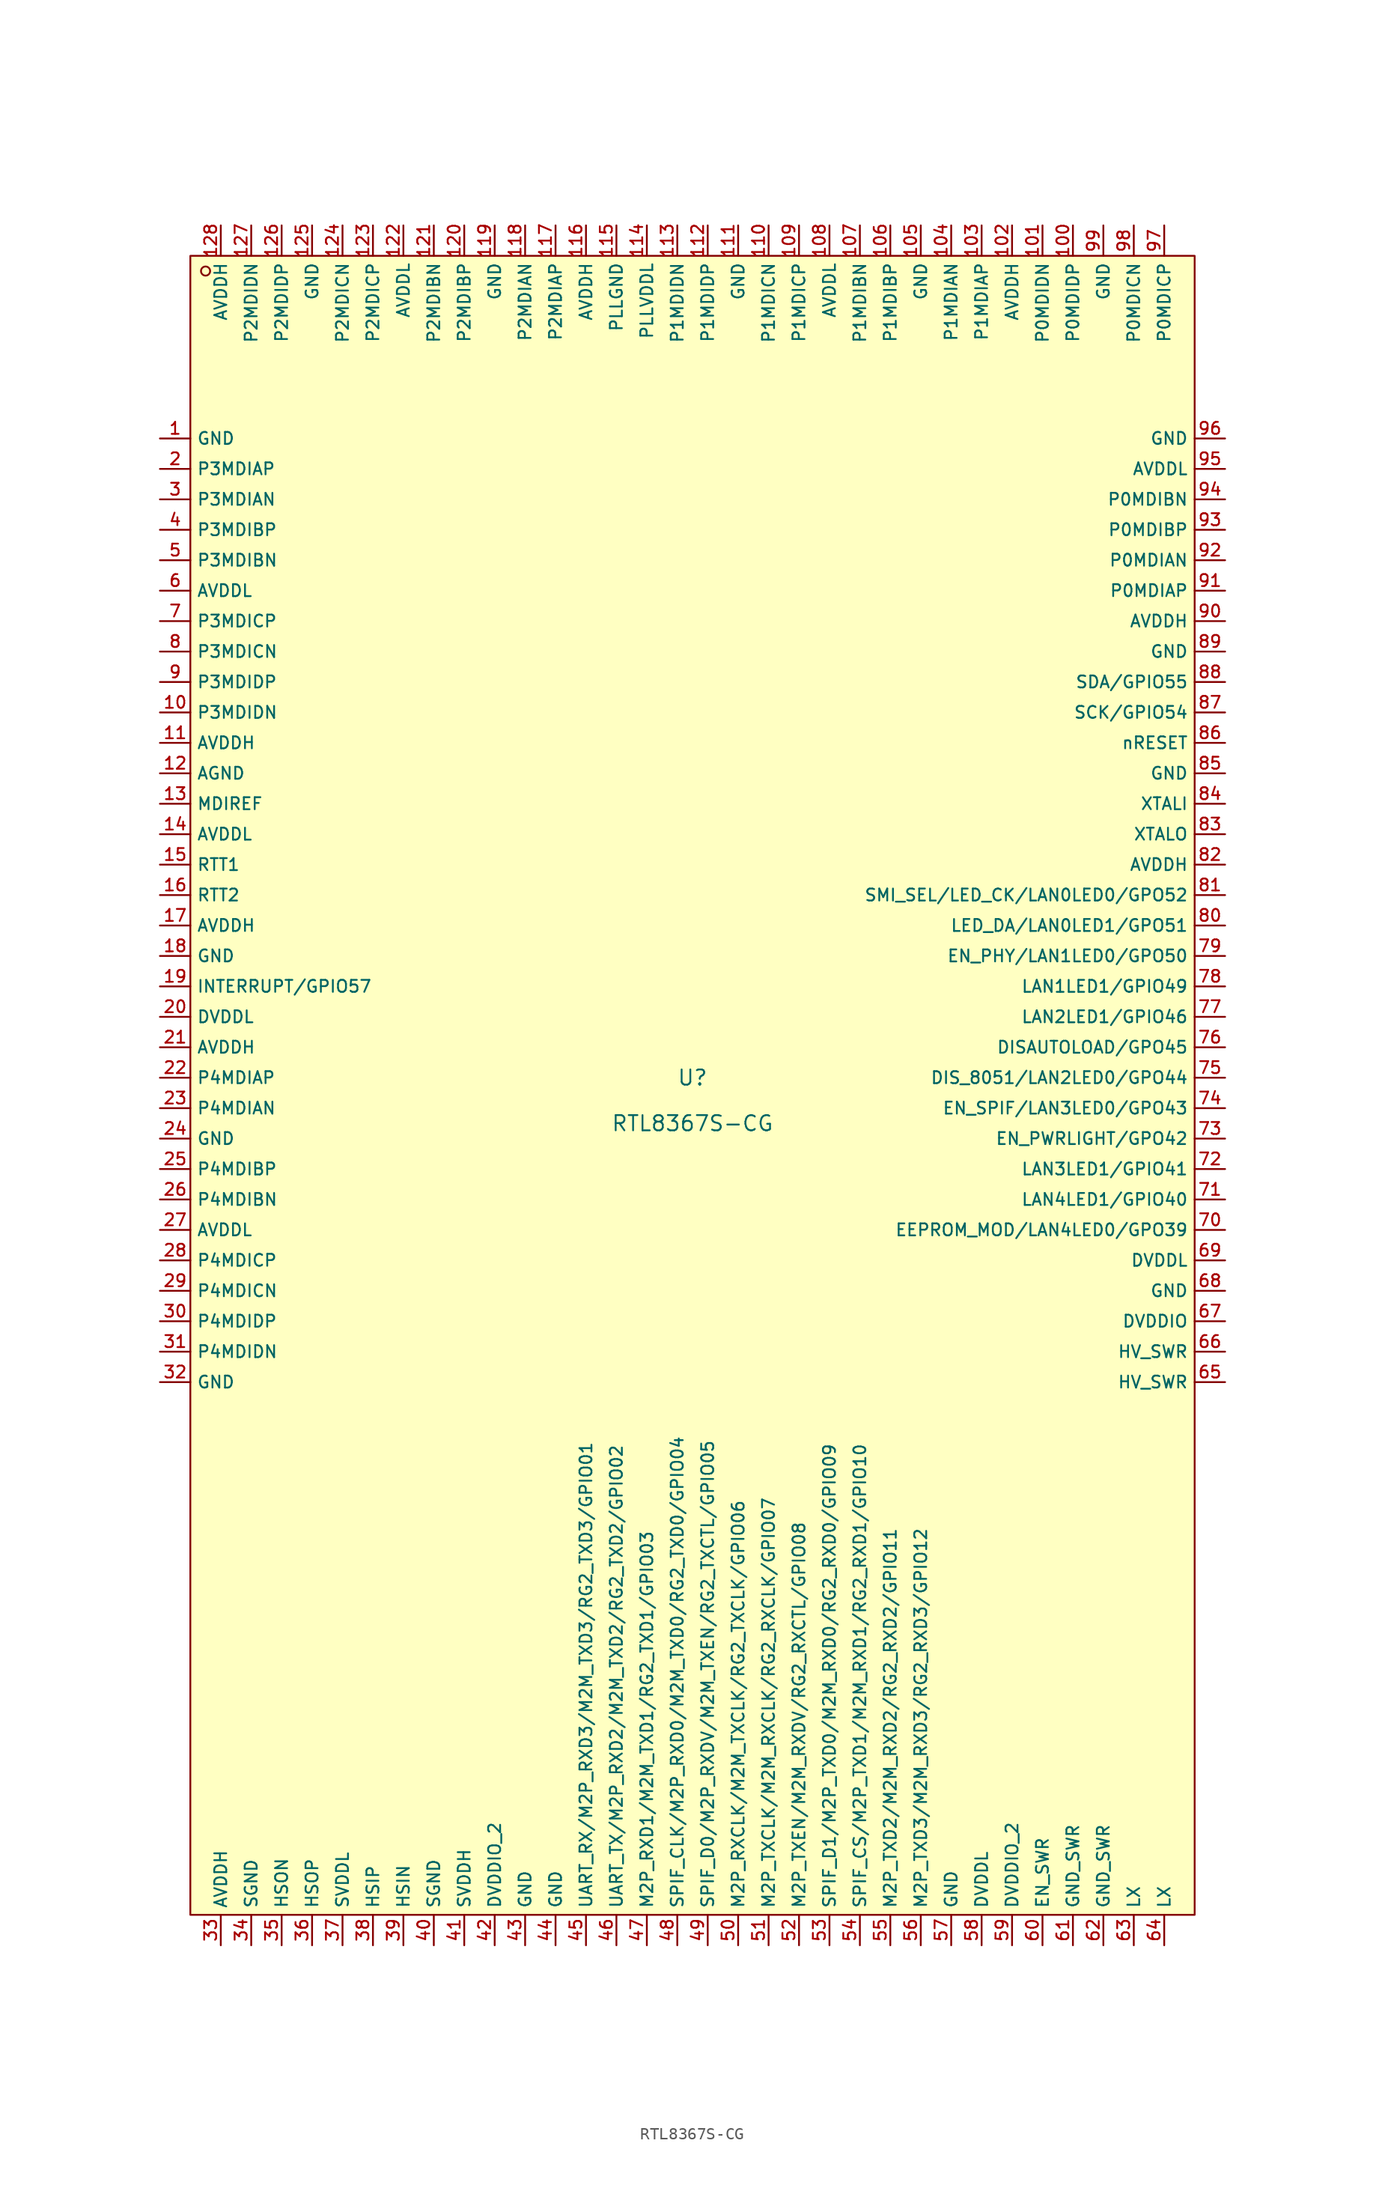
<source format=kicad_sym>
(kicad_symbol_lib
  (version 20220914)
  (generator kicad_symbol_editor)
  (symbol "RTL8367S-CG"
    (property "Reference" "U"
      (at 0 1.27 0)
      (effects (font (size 1.27 1.27))))
    (property "Value" "RTL8367S-CG"
      (at 0 -2.54 0)
      (effects (font (size 1.27 1.27))))
    (symbol "RTL8367S-CG_0_1"
      (rectangle (start -41.91 69.85) (end 41.91 -68.58) (stroke (width 0) (type default)) (fill (type background)))
      (circle (center -40.64 68.58) (radius 0.381) (stroke (width 0) (type default)) (fill (type background)))
      (pin unspecified line (at -44.45 54.61 0) (length 2.54) (name "GND" (effects (font (size 1 1)))) (number "1" (effects (font (size 1 1)))))
      (pin unspecified line (at -44.45 31.75 0) (length 2.54) (name "P3MDIDN" (effects (font (size 1 1)))) (number "10" (effects (font (size 1 1)))))
      (pin unspecified line (at 31.75 72.39 270) (length 2.54) (name "P0MDIDP" (effects (font (size 1 1)))) (number "100" (effects (font (size 1 1)))))
      (pin unspecified line (at 29.21 72.39 270) (length 2.54) (name "P0MDIDN" (effects (font (size 1 1)))) (number "101" (effects (font (size 1 1)))))
      (pin unspecified line (at 26.67 72.39 270) (length 2.54) (name "AVDDH" (effects (font (size 1 1)))) (number "102" (effects (font (size 1 1)))))
      (pin unspecified line (at 24.13 72.39 270) (length 2.54) (name "P1MDIAP" (effects (font (size 1 1)))) (number "103" (effects (font (size 1 1)))))
      (pin unspecified line (at 21.59 72.39 270) (length 2.54) (name "P1MDIAN" (effects (font (size 1 1)))) (number "104" (effects (font (size 1 1)))))
      (pin unspecified line (at 19.05 72.39 270) (length 2.54) (name "GND" (effects (font (size 1 1)))) (number "105" (effects (font (size 1 1)))))
      (pin unspecified line (at 16.51 72.39 270) (length 2.54) (name "P1MDIBP" (effects (font (size 1 1)))) (number "106" (effects (font (size 1 1)))))
      (pin unspecified line (at 13.97 72.39 270) (length 2.54) (name "P1MDIBN" (effects (font (size 1 1)))) (number "107" (effects (font (size 1 1)))))
      (pin unspecified line (at 11.43 72.39 270) (length 2.54) (name "AVDDL" (effects (font (size 1 1)))) (number "108" (effects (font (size 1 1)))))
      (pin unspecified line (at 8.89 72.39 270) (length 2.54) (name "P1MDICP" (effects (font (size 1 1)))) (number "109" (effects (font (size 1 1)))))
      (pin unspecified line (at -44.45 29.21 0) (length 2.54) (name "AVDDH" (effects (font (size 1 1)))) (number "11" (effects (font (size 1 1)))))
      (pin unspecified line (at 6.35 72.39 270) (length 2.54) (name "P1MDICN" (effects (font (size 1 1)))) (number "110" (effects (font (size 1 1)))))
      (pin unspecified line (at 3.81 72.39 270) (length 2.54) (name "GND" (effects (font (size 1 1)))) (number "111" (effects (font (size 1 1)))))
      (pin unspecified line (at 1.27 72.39 270) (length 2.54) (name "P1MDIDP" (effects (font (size 1 1)))) (number "112" (effects (font (size 1 1)))))
      (pin unspecified line (at -1.27 72.39 270) (length 2.54) (name "P1MDIDN" (effects (font (size 1 1)))) (number "113" (effects (font (size 1 1)))))
      (pin unspecified line (at -3.81 72.39 270) (length 2.54) (name "PLLVDDL" (effects (font (size 1 1)))) (number "114" (effects (font (size 1 1)))))
      (pin unspecified line (at -6.35 72.39 270) (length 2.54) (name "PLLGND" (effects (font (size 1 1)))) (number "115" (effects (font (size 1 1)))))
      (pin unspecified line (at -8.89 72.39 270) (length 2.54) (name "AVDDH" (effects (font (size 1 1)))) (number "116" (effects (font (size 1 1)))))
      (pin unspecified line (at -11.43 72.39 270) (length 2.54) (name "P2MDIAP" (effects (font (size 1 1)))) (number "117" (effects (font (size 1 1)))))
      (pin unspecified line (at -13.97 72.39 270) (length 2.54) (name "P2MDIAN" (effects (font (size 1 1)))) (number "118" (effects (font (size 1 1)))))
      (pin unspecified line (at -16.51 72.39 270) (length 2.54) (name "GND" (effects (font (size 1 1)))) (number "119" (effects (font (size 1 1)))))
      (pin unspecified line (at -44.45 26.67 0) (length 2.54) (name "AGND" (effects (font (size 1 1)))) (number "12" (effects (font (size 1 1)))))
      (pin unspecified line (at -19.05 72.39 270) (length 2.54) (name "P2MDIBP" (effects (font (size 1 1)))) (number "120" (effects (font (size 1 1)))))
      (pin unspecified line (at -21.59 72.39 270) (length 2.54) (name "P2MDIBN" (effects (font (size 1 1)))) (number "121" (effects (font (size 1 1)))))
      (pin unspecified line (at -24.13 72.39 270) (length 2.54) (name "AVDDL" (effects (font (size 1 1)))) (number "122" (effects (font (size 1 1)))))
      (pin unspecified line (at -26.67 72.39 270) (length 2.54) (name "P2MDICP" (effects (font (size 1 1)))) (number "123" (effects (font (size 1 1)))))
      (pin unspecified line (at -29.21 72.39 270) (length 2.54) (name "P2MDICN" (effects (font (size 1 1)))) (number "124" (effects (font (size 1 1)))))
      (pin unspecified line (at -31.75 72.39 270) (length 2.54) (name "GND" (effects (font (size 1 1)))) (number "125" (effects (font (size 1 1)))))
      (pin unspecified line (at -34.29 72.39 270) (length 2.54) (name "P2MDIDP" (effects (font (size 1 1)))) (number "126" (effects (font (size 1 1)))))
      (pin unspecified line (at -36.83 72.39 270) (length 2.54) (name "P2MDIDN" (effects (font (size 1 1)))) (number "127" (effects (font (size 1 1)))))
      (pin unspecified line (at -39.37 72.39 270) (length 2.54) (name "AVDDH" (effects (font (size 1 1)))) (number "128" (effects (font (size 1 1)))))
      (pin unspecified line (at -44.45 24.13 0) (length 2.54) (name "MDIREF" (effects (font (size 1 1)))) (number "13" (effects (font (size 1 1)))))
      (pin unspecified line (at -44.45 21.59 0) (length 2.54) (name "AVDDL" (effects (font (size 1 1)))) (number "14" (effects (font (size 1 1)))))
      (pin unspecified line (at -44.45 19.05 0) (length 2.54) (name "RTT1" (effects (font (size 1 1)))) (number "15" (effects (font (size 1 1)))))
      (pin unspecified line (at -44.45 16.51 0) (length 2.54) (name "RTT2" (effects (font (size 1 1)))) (number "16" (effects (font (size 1 1)))))
      (pin unspecified line (at -44.45 13.97 0) (length 2.54) (name "AVDDH" (effects (font (size 1 1)))) (number "17" (effects (font (size 1 1)))))
      (pin unspecified line (at -44.45 11.43 0) (length 2.54) (name "GND" (effects (font (size 1 1)))) (number "18" (effects (font (size 1 1)))))
      (pin unspecified line (at -44.45 8.89 0) (length 2.54) (name "INTERRUPT/GPIO57" (effects (font (size 1 1)))) (number "19" (effects (font (size 1 1)))))
      (pin unspecified line (at -44.45 52.07 0) (length 2.54) (name "P3MDIAP" (effects (font (size 1 1)))) (number "2" (effects (font (size 1 1)))))
      (pin unspecified line (at -44.45 6.35 0) (length 2.54) (name "DVDDL" (effects (font (size 1 1)))) (number "20" (effects (font (size 1 1)))))
      (pin unspecified line (at -44.45 3.81 0) (length 2.54) (name "AVDDH" (effects (font (size 1 1)))) (number "21" (effects (font (size 1 1)))))
      (pin unspecified line (at -44.45 1.27 0) (length 2.54) (name "P4MDIAP" (effects (font (size 1 1)))) (number "22" (effects (font (size 1 1)))))
      (pin unspecified line (at -44.45 -1.27 0) (length 2.54) (name "P4MDIAN" (effects (font (size 1 1)))) (number "23" (effects (font (size 1 1)))))
      (pin unspecified line (at -44.45 -3.81 0) (length 2.54) (name "GND" (effects (font (size 1 1)))) (number "24" (effects (font (size 1 1)))))
      (pin unspecified line (at -44.45 -6.35 0) (length 2.54) (name "P4MDIBP" (effects (font (size 1 1)))) (number "25" (effects (font (size 1 1)))))
      (pin unspecified line (at -44.45 -8.89 0) (length 2.54) (name "P4MDIBN" (effects (font (size 1 1)))) (number "26" (effects (font (size 1 1)))))
      (pin unspecified line (at -44.45 -11.43 0) (length 2.54) (name "AVDDL" (effects (font (size 1 1)))) (number "27" (effects (font (size 1 1)))))
      (pin unspecified line (at -44.45 -13.97 0) (length 2.54) (name "P4MDICP" (effects (font (size 1 1)))) (number "28" (effects (font (size 1 1)))))
      (pin unspecified line (at -44.45 -16.51 0) (length 2.54) (name "P4MDICN" (effects (font (size 1 1)))) (number "29" (effects (font (size 1 1)))))
      (pin unspecified line (at -44.45 49.53 0) (length 2.54) (name "P3MDIAN" (effects (font (size 1 1)))) (number "3" (effects (font (size 1 1)))))
      (pin unspecified line (at -44.45 -19.05 0) (length 2.54) (name "P4MDIDP" (effects (font (size 1 1)))) (number "30" (effects (font (size 1 1)))))
      (pin unspecified line (at -44.45 -21.59 0) (length 2.54) (name "P4MDIDN" (effects (font (size 1 1)))) (number "31" (effects (font (size 1 1)))))
      (pin unspecified line (at -44.45 -24.13 0) (length 2.54) (name "GND" (effects (font (size 1 1)))) (number "32" (effects (font (size 1 1)))))
      (pin unspecified line (at -39.37 -71.12 90) (length 2.54) (name "AVDDH" (effects (font (size 1 1)))) (number "33" (effects (font (size 1 1)))))
      (pin unspecified line (at -36.83 -71.12 90) (length 2.54) (name "SGND" (effects (font (size 1 1)))) (number "34" (effects (font (size 1 1)))))
      (pin unspecified line (at -34.29 -71.12 90) (length 2.54) (name "HSON" (effects (font (size 1 1)))) (number "35" (effects (font (size 1 1)))))
      (pin unspecified line (at -31.75 -71.12 90) (length 2.54) (name "HSOP" (effects (font (size 1 1)))) (number "36" (effects (font (size 1 1)))))
      (pin unspecified line (at -29.21 -71.12 90) (length 2.54) (name "SVDDL" (effects (font (size 1 1)))) (number "37" (effects (font (size 1 1)))))
      (pin unspecified line (at -26.67 -71.12 90) (length 2.54) (name "HSIP" (effects (font (size 1 1)))) (number "38" (effects (font (size 1 1)))))
      (pin unspecified line (at -24.13 -71.12 90) (length 2.54) (name "HSIN" (effects (font (size 1 1)))) (number "39" (effects (font (size 1 1)))))
      (pin unspecified line (at -44.45 46.99 0) (length 2.54) (name "P3MDIBP" (effects (font (size 1 1)))) (number "4" (effects (font (size 1 1)))))
      (pin unspecified line (at -21.59 -71.12 90) (length 2.54) (name "SGND" (effects (font (size 1 1)))) (number "40" (effects (font (size 1 1)))))
      (pin unspecified line (at -19.05 -71.12 90) (length 2.54) (name "SVDDH" (effects (font (size 1 1)))) (number "41" (effects (font (size 1 1)))))
      (pin unspecified line (at -16.51 -71.12 90) (length 2.54) (name "DVDDIO_2" (effects (font (size 1 1)))) (number "42" (effects (font (size 1 1)))))
      (pin unspecified line (at -13.97 -71.12 90) (length 2.54) (name "GND" (effects (font (size 1 1)))) (number "43" (effects (font (size 1 1)))))
      (pin unspecified line (at -11.43 -71.12 90) (length 2.54) (name "GND" (effects (font (size 1 1)))) (number "44" (effects (font (size 1 1)))))
      (pin unspecified line (at -8.89 -71.12 90) (length 2.54) (name "UART_RX/M2P_RXD3/M2M_TXD3/RG2_TXD3/GPIO01" (effects (font (size 1 1)))) (number "45" (effects (font (size 1 1)))))
      (pin unspecified line (at -6.35 -71.12 90) (length 2.54) (name "UART_TX/M2P_RXD2/M2M_TXD2/RG2_TXD2/GPIO02" (effects (font (size 1 1)))) (number "46" (effects (font (size 1 1)))))
      (pin unspecified line (at -3.81 -71.12 90) (length 2.54) (name "M2P_RXD1/M2M_TXD1/RG2_TXD1/GPIO03" (effects (font (size 1 1)))) (number "47" (effects (font (size 1 1)))))
      (pin unspecified line (at -1.27 -71.12 90) (length 2.54) (name "SPIF_CLK/M2P_RXD0/M2M_TXD0/RG2_TXD0/GPIO04" (effects (font (size 1 1)))) (number "48" (effects (font (size 1 1)))))
      (pin unspecified line (at 1.27 -71.12 90) (length 2.54) (name "SPIF_D0/M2P_RXDV/M2M_TXEN/RG2_TXCTL/GPIO05" (effects (font (size 1 1)))) (number "49" (effects (font (size 1 1)))))
      (pin unspecified line (at -44.45 44.45 0) (length 2.54) (name "P3MDIBN" (effects (font (size 1 1)))) (number "5" (effects (font (size 1 1)))))
      (pin unspecified line (at 3.81 -71.12 90) (length 2.54) (name "M2P_RXCLK/M2M_TXCLK/RG2_TXCLK/GPIO06" (effects (font (size 1 1)))) (number "50" (effects (font (size 1 1)))))
      (pin unspecified line (at 6.35 -71.12 90) (length 2.54) (name "M2P_TXCLK/M2M_RXCLK/RG2_RXCLK/GPIO07" (effects (font (size 1 1)))) (number "51" (effects (font (size 1 1)))))
      (pin unspecified line (at 8.89 -71.12 90) (length 2.54) (name "M2P_TXEN/M2M_RXDV/RG2_RXCTL/GPIO08" (effects (font (size 1 1)))) (number "52" (effects (font (size 1 1)))))
      (pin unspecified line (at 11.43 -71.12 90) (length 2.54) (name "SPIF_D1/M2P_TXD0/M2M_RXD0/RG2_RXD0/GPIO09" (effects (font (size 1 1)))) (number "53" (effects (font (size 1 1)))))
      (pin unspecified line (at 13.97 -71.12 90) (length 2.54) (name "SPIF_CS/M2P_TXD1/M2M_RXD1/RG2_RXD1/GPIO10" (effects (font (size 1 1)))) (number "54" (effects (font (size 1 1)))))
      (pin unspecified line (at 16.51 -71.12 90) (length 2.54) (name "M2P_TXD2/M2M_RXD2/RG2_RXD2/GPIO11" (effects (font (size 1 1)))) (number "55" (effects (font (size 1 1)))))
      (pin unspecified line (at 19.05 -71.12 90) (length 2.54) (name "M2P_TXD3/M2M_RXD3/RG2_RXD3/GPIO12" (effects (font (size 1 1)))) (number "56" (effects (font (size 1 1)))))
      (pin unspecified line (at 21.59 -71.12 90) (length 2.54) (name "GND" (effects (font (size 1 1)))) (number "57" (effects (font (size 1 1)))))
      (pin unspecified line (at 24.13 -71.12 90) (length 2.54) (name "DVDDL" (effects (font (size 1 1)))) (number "58" (effects (font (size 1 1)))))
      (pin unspecified line (at 26.67 -71.12 90) (length 2.54) (name "DVDDIO_2" (effects (font (size 1 1)))) (number "59" (effects (font (size 1 1)))))
      (pin unspecified line (at -44.45 41.91 0) (length 2.54) (name "AVDDL" (effects (font (size 1 1)))) (number "6" (effects (font (size 1 1)))))
      (pin unspecified line (at 29.21 -71.12 90) (length 2.54) (name "EN_SWR" (effects (font (size 1 1)))) (number "60" (effects (font (size 1 1)))))
      (pin unspecified line (at 31.75 -71.12 90) (length 2.54) (name "GND_SWR" (effects (font (size 1 1)))) (number "61" (effects (font (size 1 1)))))
      (pin unspecified line (at 34.29 -71.12 90) (length 2.54) (name "GND_SWR" (effects (font (size 1 1)))) (number "62" (effects (font (size 1 1)))))
      (pin unspecified line (at 36.83 -71.12 90) (length 2.54) (name "LX" (effects (font (size 1 1)))) (number "63" (effects (font (size 1 1)))))
      (pin unspecified line (at 39.37 -71.12 90) (length 2.54) (name "LX" (effects (font (size 1 1)))) (number "64" (effects (font (size 1 1)))))
      (pin unspecified line (at 44.45 -24.13 180) (length 2.54) (name "HV_SWR" (effects (font (size 1 1)))) (number "65" (effects (font (size 1 1)))))
      (pin unspecified line (at 44.45 -21.59 180) (length 2.54) (name "HV_SWR" (effects (font (size 1 1)))) (number "66" (effects (font (size 1 1)))))
      (pin unspecified line (at 44.45 -19.05 180) (length 2.54) (name "DVDDIO" (effects (font (size 1 1)))) (number "67" (effects (font (size 1 1)))))
      (pin unspecified line (at 44.45 -16.51 180) (length 2.54) (name "GND" (effects (font (size 1 1)))) (number "68" (effects (font (size 1 1)))))
      (pin unspecified line (at 44.45 -13.97 180) (length 2.54) (name "DVDDL" (effects (font (size 1 1)))) (number "69" (effects (font (size 1 1)))))
      (pin unspecified line (at -44.45 39.37 0) (length 2.54) (name "P3MDICP" (effects (font (size 1 1)))) (number "7" (effects (font (size 1 1)))))
      (pin unspecified line (at 44.45 -11.43 180) (length 2.54) (name "EEPROM_MOD/LAN4LED0/GPO39" (effects (font (size 1 1)))) (number "70" (effects (font (size 1 1)))))
      (pin unspecified line (at 44.45 -8.89 180) (length 2.54) (name "LAN4LED1/GPIO40" (effects (font (size 1 1)))) (number "71" (effects (font (size 1 1)))))
      (pin unspecified line (at 44.45 -6.35 180) (length 2.54) (name "LAN3LED1/GPIO41" (effects (font (size 1 1)))) (number "72" (effects (font (size 1 1)))))
      (pin unspecified line (at 44.45 -3.81 180) (length 2.54) (name "EN_PWRLIGHT/GPO42" (effects (font (size 1 1)))) (number "73" (effects (font (size 1 1)))))
      (pin unspecified line (at 44.45 -1.27 180) (length 2.54) (name "EN_SPIF/LAN3LED0/GPO43" (effects (font (size 1 1)))) (number "74" (effects (font (size 1 1)))))
      (pin unspecified line (at 44.45 1.27 180) (length 2.54) (name "DIS_8051/LAN2LED0/GPO44" (effects (font (size 1 1)))) (number "75" (effects (font (size 1 1)))))
      (pin unspecified line (at 44.45 3.81 180) (length 2.54) (name "DISAUTOLOAD/GPO45" (effects (font (size 1 1)))) (number "76" (effects (font (size 1 1)))))
      (pin unspecified line (at 44.45 6.35 180) (length 2.54) (name "LAN2LED1/GPIO46" (effects (font (size 1 1)))) (number "77" (effects (font (size 1 1)))))
      (pin unspecified line (at 44.45 8.89 180) (length 2.54) (name "LAN1LED1/GPIO49" (effects (font (size 1 1)))) (number "78" (effects (font (size 1 1)))))
      (pin unspecified line (at 44.45 11.43 180) (length 2.54) (name "EN_PHY/LAN1LED0/GPO50" (effects (font (size 1 1)))) (number "79" (effects (font (size 1 1)))))
      (pin unspecified line (at -44.45 36.83 0) (length 2.54) (name "P3MDICN" (effects (font (size 1 1)))) (number "8" (effects (font (size 1 1)))))
      (pin unspecified line (at 44.45 13.97 180) (length 2.54) (name "LED_DA/LAN0LED1/GPO51" (effects (font (size 1 1)))) (number "80" (effects (font (size 1 1)))))
      (pin unspecified line (at 44.45 16.51 180) (length 2.54) (name "SMI_SEL/LED_CK/LAN0LED0/GPO52" (effects (font (size 1 1)))) (number "81" (effects (font (size 1 1)))))
      (pin unspecified line (at 44.45 19.05 180) (length 2.54) (name "AVDDH" (effects (font (size 1 1)))) (number "82" (effects (font (size 1 1)))))
      (pin unspecified line (at 44.45 21.59 180) (length 2.54) (name "XTALO" (effects (font (size 1 1)))) (number "83" (effects (font (size 1 1)))))
      (pin unspecified line (at 44.45 24.13 180) (length 2.54) (name "XTALI" (effects (font (size 1 1)))) (number "84" (effects (font (size 1 1)))))
      (pin unspecified line (at 44.45 26.67 180) (length 2.54) (name "GND" (effects (font (size 1 1)))) (number "85" (effects (font (size 1 1)))))
      (pin unspecified line (at 44.45 29.21 180) (length 2.54) (name "nRESET" (effects (font (size 1 1)))) (number "86" (effects (font (size 1 1)))))
      (pin unspecified line (at 44.45 31.75 180) (length 2.54) (name "SCK/GPIO54" (effects (font (size 1 1)))) (number "87" (effects (font (size 1 1)))))
      (pin unspecified line (at 44.45 34.29 180) (length 2.54) (name "SDA/GPIO55" (effects (font (size 1 1)))) (number "88" (effects (font (size 1 1)))))
      (pin unspecified line (at 44.45 36.83 180) (length 2.54) (name "GND" (effects (font (size 1 1)))) (number "89" (effects (font (size 1 1)))))
      (pin unspecified line (at -44.45 34.29 0) (length 2.54) (name "P3MDIDP" (effects (font (size 1 1)))) (number "9" (effects (font (size 1 1)))))
      (pin unspecified line (at 44.45 39.37 180) (length 2.54) (name "AVDDH" (effects (font (size 1 1)))) (number "90" (effects (font (size 1 1)))))
      (pin unspecified line (at 44.45 41.91 180) (length 2.54) (name "P0MDIAP" (effects (font (size 1 1)))) (number "91" (effects (font (size 1 1)))))
      (pin unspecified line (at 44.45 44.45 180) (length 2.54) (name "P0MDIAN" (effects (font (size 1 1)))) (number "92" (effects (font (size 1 1)))))
      (pin unspecified line (at 44.45 46.99 180) (length 2.54) (name "P0MDIBP" (effects (font (size 1 1)))) (number "93" (effects (font (size 1 1)))))
      (pin unspecified line (at 44.45 49.53 180) (length 2.54) (name "P0MDIBN" (effects (font (size 1 1)))) (number "94" (effects (font (size 1 1)))))
      (pin unspecified line (at 44.45 52.07 180) (length 2.54) (name "AVDDL" (effects (font (size 1 1)))) (number "95" (effects (font (size 1 1)))))
      (pin unspecified line (at 44.45 54.61 180) (length 2.54) (name "GND" (effects (font (size 1 1)))) (number "96" (effects (font (size 1 1)))))
      (pin unspecified line (at 39.37 72.39 270) (length 2.54) (name "P0MDICP" (effects (font (size 1 1)))) (number "97" (effects (font (size 1 1)))))
      (pin unspecified line (at 36.83 72.39 270) (length 2.54) (name "P0MDICN" (effects (font (size 1 1)))) (number "98" (effects (font (size 1 1)))))
      (pin unspecified line (at 34.29 72.39 270) (length 2.54) (name "GND" (effects (font (size 1 1)))) (number "99" (effects (font (size 1 1))))))))
</source>
